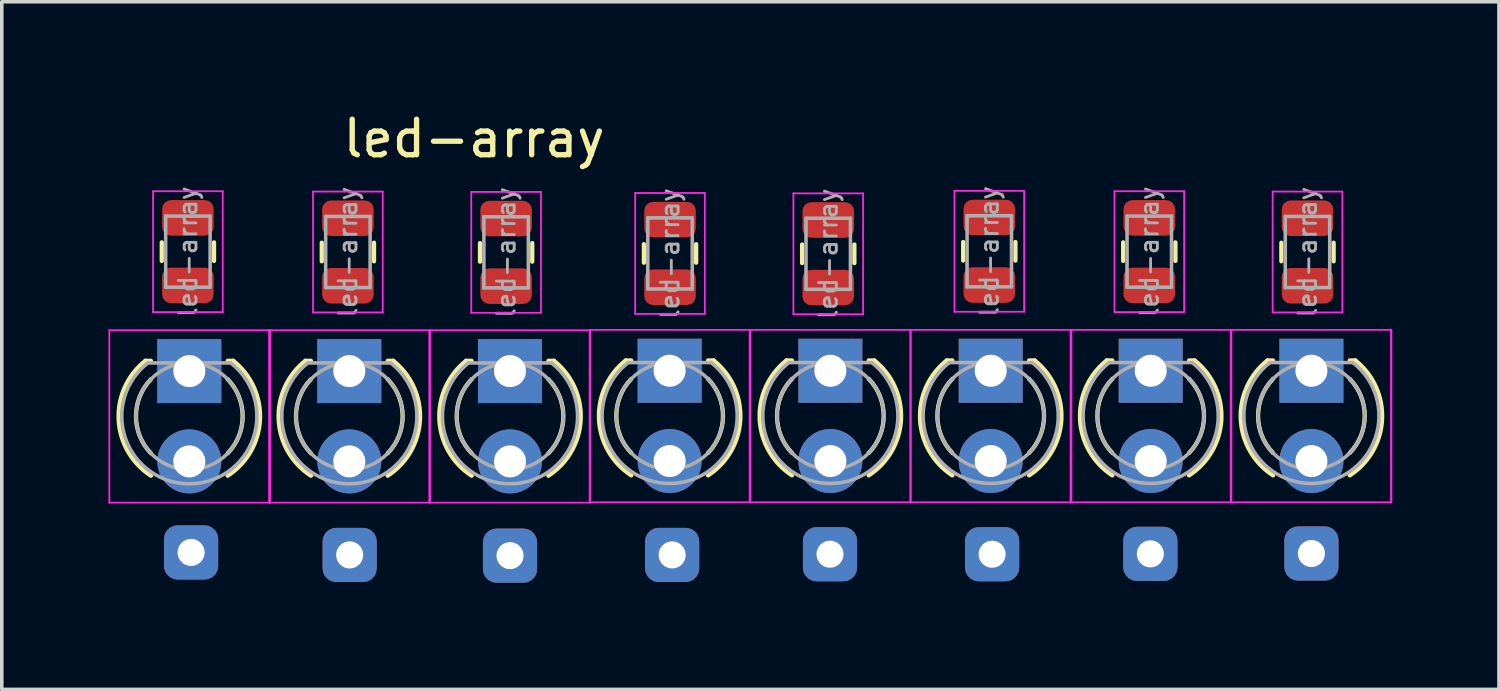
<source format=kicad_pcb>
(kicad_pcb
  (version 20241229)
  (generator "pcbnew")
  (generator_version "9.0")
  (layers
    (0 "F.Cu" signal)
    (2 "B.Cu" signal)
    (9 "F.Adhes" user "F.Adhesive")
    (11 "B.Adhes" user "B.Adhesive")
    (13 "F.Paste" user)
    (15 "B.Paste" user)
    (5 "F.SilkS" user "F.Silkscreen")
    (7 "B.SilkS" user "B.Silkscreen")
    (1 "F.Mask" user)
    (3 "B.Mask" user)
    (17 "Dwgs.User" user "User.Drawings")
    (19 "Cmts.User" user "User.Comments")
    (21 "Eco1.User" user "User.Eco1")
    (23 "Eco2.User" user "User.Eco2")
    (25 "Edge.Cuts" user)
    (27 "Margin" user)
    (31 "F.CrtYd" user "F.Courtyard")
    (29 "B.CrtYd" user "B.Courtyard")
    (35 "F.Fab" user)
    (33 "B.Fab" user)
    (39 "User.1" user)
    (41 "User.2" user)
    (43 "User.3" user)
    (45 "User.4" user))
  (footprint "led-array"
    (layer "F.Cu")
    (at 10.285 0.348)
    (property "Reference" "led-array" (at 0 0.5 0) (layer "F.SilkS") (effects (font (size 1 1) (thickness 0.15))))
    (attr through_hole)
    (fp_line (start -9.09 6.75) (end -9.246 6.75) (stroke (width 0.12) (type solid)) (layer "F.SilkS"))
    (fp_line (start -8.785 3.941) (end -8.785 3.419) (stroke (width 0.12) (type solid)) (layer "F.SilkS"))
    (fp_line (start -7.315 3.941) (end -7.315 3.419) (stroke (width 0.12) (type solid)) (layer "F.SilkS"))
    (fp_line (start -6.774 6.75) (end -6.93 6.75) (stroke (width 0.12) (type solid)) (layer "F.SilkS"))
    (fp_line (start -4.59 6.75) (end -4.746 6.75) (stroke (width 0.12) (type solid)) (layer "F.SilkS"))
    (fp_line (start -4.285 3.951) (end -4.285 3.429) (stroke (width 0.12) (type solid)) (layer "F.SilkS"))
    (fp_line (start -2.815 3.951) (end -2.815 3.429) (stroke (width 0.12) (type solid)) (layer "F.SilkS"))
    (fp_line (start -2.274 6.75) (end -2.43 6.75) (stroke (width 0.12) (type solid)) (layer "F.SilkS"))
    (fp_line (start -0.07 6.75) (end -0.226 6.75) (stroke (width 0.12) (type solid)) (layer "F.SilkS"))
    (fp_line (start 0.165 3.961) (end 0.165 3.439) (stroke (width 0.12) (type solid)) (layer "F.SilkS"))
    (fp_line (start 1.635 3.961) (end 1.635 3.439) (stroke (width 0.12) (type solid)) (layer "F.SilkS"))
    (fp_line (start 2.246 6.75) (end 2.09 6.75) (stroke (width 0.12) (type solid)) (layer "F.SilkS"))
    (fp_line (start 4.42 6.74) (end 4.264 6.74) (stroke (width 0.12) (type solid)) (layer "F.SilkS"))
    (fp_line (start 4.775 3.991) (end 4.775 3.469) (stroke (width 0.12) (type solid)) (layer "F.SilkS"))
    (fp_line (start 6.245 3.991) (end 6.245 3.469) (stroke (width 0.12) (type solid)) (layer "F.SilkS"))
    (fp_line (start 6.736 6.74) (end 6.58 6.74) (stroke (width 0.12) (type solid)) (layer "F.SilkS"))
    (fp_line (start 8.94 6.74) (end 8.784 6.74) (stroke (width 0.12) (type solid)) (layer "F.SilkS"))
    (fp_line (start 9.225 4.001) (end 9.225 3.479) (stroke (width 0.12) (type solid)) (layer "F.SilkS"))
    (fp_line (start 10.695 4.001) (end 10.695 3.479) (stroke (width 0.12) (type solid)) (layer "F.SilkS"))
    (fp_line (start 11.256 6.74) (end 11.1 6.74) (stroke (width 0.12) (type solid)) (layer "F.SilkS"))
    (fp_line (start 13.45 6.74) (end 13.294 6.74) (stroke (width 0.12) (type solid)) (layer "F.SilkS"))
    (fp_line (start 13.755 3.931) (end 13.755 3.409) (stroke (width 0.12) (type solid)) (layer "F.SilkS"))
    (fp_line (start 15.225 3.931) (end 15.225 3.409) (stroke (width 0.12) (type solid)) (layer "F.SilkS"))
    (fp_line (start 15.766 6.74) (end 15.61 6.74) (stroke (width 0.12) (type solid)) (layer "F.SilkS"))
    (fp_line (start 17.95 6.74) (end 17.794 6.74) (stroke (width 0.12) (type solid)) (layer "F.SilkS"))
    (fp_line (start 18.255 3.941) (end 18.255 3.419) (stroke (width 0.12) (type solid)) (layer "F.SilkS"))
    (fp_line (start 19.725 3.941) (end 19.725 3.419) (stroke (width 0.12) (type solid)) (layer "F.SilkS"))
    (fp_line (start 20.266 6.74) (end 20.11 6.74) (stroke (width 0.12) (type solid)) (layer "F.SilkS"))
    (fp_line (start 22.47 6.74) (end 22.314 6.74) (stroke (width 0.12) (type solid)) (layer "F.SilkS"))
    (fp_line (start 22.705 3.951) (end 22.705 3.429) (stroke (width 0.12) (type solid)) (layer "F.SilkS"))
    (fp_line (start 24.175 3.951) (end 24.175 3.429) (stroke (width 0.12) (type solid)) (layer "F.SilkS"))
    (fp_line (start 24.786 6.74) (end 24.63 6.74) (stroke (width 0.12) (type solid)) (layer "F.SilkS"))
    (fp_arc (start -9.089837 9.35113) (mid -9.51 8.310117) (end -9.09 7.269039) (stroke (width 0.12) (type solid)) (layer "F.SilkS"))
    (fp_arc (start -9.088608 9.982335) (mid -9.997659 8.406487) (end -9.245516 6.75) (stroke (width 0.12) (type solid)) (layer "F.SilkS"))
    (fp_arc (start -6.93 7.269039) (mid -6.51 8.310117) (end -6.930163 9.35113) (stroke (width 0.12) (type solid)) (layer "F.SilkS"))
    (fp_arc (start -6.774484 6.75) (mid -6.022341 8.406487) (end -6.931392 9.982335) (stroke (width 0.12) (type solid)) (layer "F.SilkS"))
    (fp_arc (start -4.589837 9.35113) (mid -5.01 8.310117) (end -4.59 7.269039) (stroke (width 0.12) (type solid)) (layer "F.SilkS"))
    (fp_arc (start -4.588608 9.982335) (mid -5.497659 8.406487) (end -4.745516 6.75) (stroke (width 0.12) (type solid)) (layer "F.SilkS"))
    (fp_arc (start -2.43 7.269039) (mid -2.01 8.310117) (end -2.430163 9.35113) (stroke (width 0.12) (type solid)) (layer "F.SilkS"))
    (fp_arc (start -2.274484 6.75) (mid -1.522341 8.406487) (end -2.431392 9.982335) (stroke (width 0.12) (type solid)) (layer "F.SilkS"))
    (fp_arc (start -0.069837 9.35113) (mid -0.49 8.310117) (end -0.07 7.269039) (stroke (width 0.12) (type solid)) (layer "F.SilkS"))
    (fp_arc (start -0.068608 9.982335) (mid -0.977659 8.406487) (end -0.225516 6.75) (stroke (width 0.12) (type solid)) (layer "F.SilkS"))
    (fp_arc (start 2.09 7.269039) (mid 2.51 8.310117) (end 2.089837 9.35113) (stroke (width 0.12) (type solid)) (layer "F.SilkS"))
    (fp_arc (start 2.245516 6.75) (mid 2.997659 8.406487) (end 2.088608 9.982335) (stroke (width 0.12) (type solid)) (layer "F.SilkS"))
    (fp_arc (start 4.420163 9.34113) (mid 4 8.300117) (end 4.42 7.259039) (stroke (width 0.12) (type solid)) (layer "F.SilkS"))
    (fp_arc (start 4.421392 9.972335) (mid 3.512341 8.396487) (end 4.264484 6.74) (stroke (width 0.12) (type solid)) (layer "F.SilkS"))
    (fp_arc (start 6.58 7.259039) (mid 7 8.300117) (end 6.579837 9.34113) (stroke (width 0.12) (type solid)) (layer "F.SilkS"))
    (fp_arc (start 6.735516 6.74) (mid 7.487659 8.396487) (end 6.578608 9.972335) (stroke (width 0.12) (type solid)) (layer "F.SilkS"))
    (fp_arc (start 8.940163 9.34113) (mid 8.52 8.300117) (end 8.94 7.259039) (stroke (width 0.12) (type solid)) (layer "F.SilkS"))
    (fp_arc (start 8.941392 9.972335) (mid 8.032341 8.396487) (end 8.784484 6.74) (stroke (width 0.12) (type solid)) (layer "F.SilkS"))
    (fp_arc (start 11.1 7.259039) (mid 11.52 8.300117) (end 11.099837 9.34113) (stroke (width 0.12) (type solid)) (layer "F.SilkS"))
    (fp_arc (start 11.255516 6.74) (mid 12.007659 8.396487) (end 11.098608 9.972335) (stroke (width 0.12) (type solid)) (layer "F.SilkS"))
    (fp_arc (start 13.450163 9.34113) (mid 13.03 8.300117) (end 13.45 7.259039) (stroke (width 0.12) (type solid)) (layer "F.SilkS"))
    (fp_arc (start 13.451392 9.972335) (mid 12.542341 8.396487) (end 13.294484 6.74) (stroke (width 0.12) (type solid)) (layer "F.SilkS"))
    (fp_arc (start 15.61 7.259039) (mid 16.03 8.300117) (end 15.609837 9.34113) (stroke (width 0.12) (type solid)) (layer "F.SilkS"))
    (fp_arc (start 15.765516 6.74) (mid 16.517659 8.396487) (end 15.608608 9.972335) (stroke (width 0.12) (type solid)) (layer "F.SilkS"))
    (fp_arc (start 17.950163 9.34113) (mid 17.53 8.300117) (end 17.95 7.259039) (stroke (width 0.12) (type solid)) (layer "F.SilkS"))
    (fp_arc (start 17.951392 9.972335) (mid 17.042341 8.396487) (end 17.794484 6.74) (stroke (width 0.12) (type solid)) (layer "F.SilkS"))
    (fp_arc (start 20.11 7.259039) (mid 20.53 8.300117) (end 20.109837 9.34113) (stroke (width 0.12) (type solid)) (layer "F.SilkS"))
    (fp_arc (start 20.265516 6.74) (mid 21.017659 8.396487) (end 20.108608 9.972335) (stroke (width 0.12) (type solid)) (layer "F.SilkS"))
    (fp_arc (start 22.470163 9.34113) (mid 22.05 8.300117) (end 22.47 7.259039) (stroke (width 0.12) (type solid)) (layer "F.SilkS"))
    (fp_arc (start 22.471392 9.972335) (mid 21.562341 8.396487) (end 22.314484 6.74) (stroke (width 0.12) (type solid)) (layer "F.SilkS"))
    (fp_arc (start 24.63 7.259039) (mid 25.05 8.300117) (end 24.629837 9.34113) (stroke (width 0.12) (type solid)) (layer "F.SilkS"))
    (fp_arc (start 24.785516 6.74) (mid 25.537659 8.396487) (end 24.628608 9.972335) (stroke (width 0.12) (type solid)) (layer "F.SilkS"))
    (fp_line (start -10.26 5.89) (end -10.26 10.74) (stroke (width 0.05) (type solid)) (layer "F.CrtYd"))
    (fp_line (start -10.26 10.74) (end -5.76 10.74) (stroke (width 0.05) (type solid)) (layer "F.CrtYd"))
    (fp_line (start -9.03 1.98) (end -7.07 1.98) (stroke (width 0.05) (type solid)) (layer "F.CrtYd"))
    (fp_line (start -9.03 5.38) (end -9.03 1.98) (stroke (width 0.05) (type solid)) (layer "F.CrtYd"))
    (fp_line (start -7.07 1.98) (end -7.07 5.38) (stroke (width 0.05) (type solid)) (layer "F.CrtYd"))
    (fp_line (start -7.07 5.38) (end -9.03 5.38) (stroke (width 0.05) (type solid)) (layer "F.CrtYd"))
    (fp_line (start -5.76 5.89) (end -10.26 5.89) (stroke (width 0.05) (type solid)) (layer "F.CrtYd"))
    (fp_line (start -5.76 5.89) (end -5.76 10.74) (stroke (width 0.05) (type solid)) (layer "F.CrtYd"))
    (fp_line (start -5.76 10.74) (end -5.76 5.89) (stroke (width 0.05) (type solid)) (layer "F.CrtYd"))
    (fp_line (start -5.76 10.74) (end -1.26 10.74) (stroke (width 0.05) (type solid)) (layer "F.CrtYd"))
    (fp_line (start -5.74 5.89) (end -5.74 10.74) (stroke (width 0.05) (type solid)) (layer "F.CrtYd"))
    (fp_line (start -4.53 1.99) (end -2.57 1.99) (stroke (width 0.05) (type solid)) (layer "F.CrtYd"))
    (fp_line (start -4.53 5.39) (end -4.53 1.99) (stroke (width 0.05) (type solid)) (layer "F.CrtYd"))
    (fp_line (start -2.57 1.99) (end -2.57 5.39) (stroke (width 0.05) (type solid)) (layer "F.CrtYd"))
    (fp_line (start -2.57 5.39) (end -4.53 5.39) (stroke (width 0.05) (type solid)) (layer "F.CrtYd"))
    (fp_line (start -1.26 5.89) (end -5.76 5.89) (stroke (width 0.05) (type solid)) (layer "F.CrtYd"))
    (fp_line (start -1.26 10.74) (end -1.26 5.89) (stroke (width 0.05) (type solid)) (layer "F.CrtYd"))
    (fp_line (start -1.24 5.89) (end -1.24 10.74) (stroke (width 0.05) (type solid)) (layer "F.CrtYd"))
    (fp_line (start -1.24 10.74) (end 3.26 10.74) (stroke (width 0.05) (type solid)) (layer "F.CrtYd"))
    (fp_line (start -0.08 2) (end 1.88 2) (stroke (width 0.05) (type solid)) (layer "F.CrtYd"))
    (fp_line (start -0.08 5.4) (end -0.08 2) (stroke (width 0.05) (type solid)) (layer "F.CrtYd"))
    (fp_line (start 1.88 2) (end 1.88 5.4) (stroke (width 0.05) (type solid)) (layer "F.CrtYd"))
    (fp_line (start 1.88 5.4) (end -0.08 5.4) (stroke (width 0.05) (type solid)) (layer "F.CrtYd"))
    (fp_line (start 3.25 5.88) (end 3.25 10.73) (stroke (width 0.05) (type solid)) (layer "F.CrtYd"))
    (fp_line (start 3.25 10.73) (end 7.75 10.73) (stroke (width 0.05) (type solid)) (layer "F.CrtYd"))
    (fp_line (start 3.26 5.89) (end -1.24 5.89) (stroke (width 0.05) (type solid)) (layer "F.CrtYd"))
    (fp_line (start 3.26 10.74) (end 3.26 5.89) (stroke (width 0.05) (type solid)) (layer "F.CrtYd"))
    (fp_line (start 4.53 2.03) (end 6.49 2.03) (stroke (width 0.05) (type solid)) (layer "F.CrtYd"))
    (fp_line (start 4.53 5.43) (end 4.53 2.03) (stroke (width 0.05) (type solid)) (layer "F.CrtYd"))
    (fp_line (start 6.49 2.03) (end 6.49 5.43) (stroke (width 0.05) (type solid)) (layer "F.CrtYd"))
    (fp_line (start 6.49 5.43) (end 4.53 5.43) (stroke (width 0.05) (type solid)) (layer "F.CrtYd"))
    (fp_line (start 7.75 5.88) (end 3.25 5.88) (stroke (width 0.05) (type solid)) (layer "F.CrtYd"))
    (fp_line (start 7.75 10.73) (end 7.75 5.88) (stroke (width 0.05) (type solid)) (layer "F.CrtYd"))
    (fp_line (start 7.77 5.88) (end 7.77 10.73) (stroke (width 0.05) (type solid)) (layer "F.CrtYd"))
    (fp_line (start 7.77 10.73) (end 12.27 10.73) (stroke (width 0.05) (type solid)) (layer "F.CrtYd"))
    (fp_line (start 8.98 2.04) (end 10.94 2.04) (stroke (width 0.05) (type solid)) (layer "F.CrtYd"))
    (fp_line (start 8.98 5.44) (end 8.98 2.04) (stroke (width 0.05) (type solid)) (layer "F.CrtYd"))
    (fp_line (start 10.94 2.04) (end 10.94 5.44) (stroke (width 0.05) (type solid)) (layer "F.CrtYd"))
    (fp_line (start 10.94 5.44) (end 8.98 5.44) (stroke (width 0.05) (type solid)) (layer "F.CrtYd"))
    (fp_line (start 12.27 5.88) (end 7.77 5.88) (stroke (width 0.05) (type solid)) (layer "F.CrtYd"))
    (fp_line (start 12.27 10.73) (end 12.27 5.88) (stroke (width 0.05) (type solid)) (layer "F.CrtYd"))
    (fp_line (start 12.28 5.88) (end 12.28 10.73) (stroke (width 0.05) (type solid)) (layer "F.CrtYd"))
    (fp_line (start 12.28 10.73) (end 16.78 10.73) (stroke (width 0.05) (type solid)) (layer "F.CrtYd"))
    (fp_line (start 13.51 1.97) (end 15.47 1.97) (stroke (width 0.05) (type solid)) (layer "F.CrtYd"))
    (fp_line (start 13.51 5.37) (end 13.51 1.97) (stroke (width 0.05) (type solid)) (layer "F.CrtYd"))
    (fp_line (start 15.47 1.97) (end 15.47 5.37) (stroke (width 0.05) (type solid)) (layer "F.CrtYd"))
    (fp_line (start 15.47 5.37) (end 13.51 5.37) (stroke (width 0.05) (type solid)) (layer "F.CrtYd"))
    (fp_line (start 16.78 5.88) (end 12.28 5.88) (stroke (width 0.05) (type solid)) (layer "F.CrtYd"))
    (fp_line (start 16.78 5.88) (end 16.78 10.73) (stroke (width 0.05) (type solid)) (layer "F.CrtYd"))
    (fp_line (start 16.78 10.73) (end 16.78 5.88) (stroke (width 0.05) (type solid)) (layer "F.CrtYd"))
    (fp_line (start 16.78 10.73) (end 21.28 10.73) (stroke (width 0.05) (type solid)) (layer "F.CrtYd"))
    (fp_line (start 16.8 5.88) (end 16.8 10.73) (stroke (width 0.05) (type solid)) (layer "F.CrtYd"))
    (fp_line (start 18.01 1.98) (end 19.97 1.98) (stroke (width 0.05) (type solid)) (layer "F.CrtYd"))
    (fp_line (start 18.01 5.38) (end 18.01 1.98) (stroke (width 0.05) (type solid)) (layer "F.CrtYd"))
    (fp_line (start 19.97 1.98) (end 19.97 5.38) (stroke (width 0.05) (type solid)) (layer "F.CrtYd"))
    (fp_line (start 19.97 5.38) (end 18.01 5.38) (stroke (width 0.05) (type solid)) (layer "F.CrtYd"))
    (fp_line (start 21.28 5.88) (end 16.78 5.88) (stroke (width 0.05) (type solid)) (layer "F.CrtYd"))
    (fp_line (start 21.28 10.73) (end 21.28 5.88) (stroke (width 0.05) (type solid)) (layer "F.CrtYd"))
    (fp_line (start 21.3 5.88) (end 21.3 10.73) (stroke (width 0.05) (type solid)) (layer "F.CrtYd"))
    (fp_line (start 21.3 10.73) (end 25.8 10.73) (stroke (width 0.05) (type solid)) (layer "F.CrtYd"))
    (fp_line (start 22.46 1.99) (end 24.42 1.99) (stroke (width 0.05) (type solid)) (layer "F.CrtYd"))
    (fp_line (start 22.46 5.39) (end 22.46 1.99) (stroke (width 0.05) (type solid)) (layer "F.CrtYd"))
    (fp_line (start 24.42 1.99) (end 24.42 5.39) (stroke (width 0.05) (type solid)) (layer "F.CrtYd"))
    (fp_line (start 24.42 5.39) (end 22.46 5.39) (stroke (width 0.05) (type solid)) (layer "F.CrtYd"))
    (fp_line (start 25.79 5.87) (end 25.79 10.72) (stroke (width 0.05) (type solid)) (layer "F.CrtYd"))
    (fp_line (start 25.8 5.88) (end 21.3 5.88) (stroke (width 0.05) (type solid)) (layer "F.CrtYd"))
    (fp_line (start 25.8 10.73) (end 25.8 5.88) (stroke (width 0.05) (type solid)) (layer "F.CrtYd"))
    (fp_line (start -8.675 2.68) (end -7.425 2.68) (stroke (width 0.1) (type solid)) (layer "F.Fab"))
    (fp_line (start -8.675 4.68) (end -8.675 2.68) (stroke (width 0.1) (type solid)) (layer "F.Fab"))
    (fp_line (start -7.425 2.68) (end -7.425 4.68) (stroke (width 0.1) (type solid)) (layer "F.Fab"))
    (fp_line (start -7.425 4.68) (end -8.675 4.68) (stroke (width 0.1) (type solid)) (layer "F.Fab"))
    (fp_line (start -6.844 6.81) (end -9.176 6.81) (stroke (width 0.1) (type solid)) (layer "F.Fab"))
    (fp_line (start -4.175 2.69) (end -2.925 2.69) (stroke (width 0.1) (type solid)) (layer "F.Fab"))
    (fp_line (start -4.175 4.69) (end -4.175 2.69) (stroke (width 0.1) (type solid)) (layer "F.Fab"))
    (fp_line (start -2.925 2.69) (end -2.925 4.69) (stroke (width 0.1) (type solid)) (layer "F.Fab"))
    (fp_line (start -2.925 4.69) (end -4.175 4.69) (stroke (width 0.1) (type solid)) (layer "F.Fab"))
    (fp_line (start -2.344 6.81) (end -4.676 6.81) (stroke (width 0.1) (type solid)) (layer "F.Fab"))
    (fp_line (start 0.275 2.7) (end 1.525 2.7) (stroke (width 0.1) (type solid)) (layer "F.Fab"))
    (fp_line (start 0.275 4.7) (end 0.275 2.7) (stroke (width 0.1) (type solid)) (layer "F.Fab"))
    (fp_line (start 1.525 2.7) (end 1.525 4.7) (stroke (width 0.1) (type solid)) (layer "F.Fab"))
    (fp_line (start 1.525 4.7) (end 0.275 4.7) (stroke (width 0.1) (type solid)) (layer "F.Fab"))
    (fp_line (start 2.176 6.81) (end -0.156 6.81) (stroke (width 0.1) (type solid)) (layer "F.Fab"))
    (fp_line (start 4.885 2.73) (end 6.135 2.73) (stroke (width 0.1) (type solid)) (layer "F.Fab"))
    (fp_line (start 4.885 4.73) (end 4.885 2.73) (stroke (width 0.1) (type solid)) (layer "F.Fab"))
    (fp_line (start 6.135 2.73) (end 6.135 4.73) (stroke (width 0.1) (type solid)) (layer "F.Fab"))
    (fp_line (start 6.135 4.73) (end 4.885 4.73) (stroke (width 0.1) (type solid)) (layer "F.Fab"))
    (fp_line (start 6.666 6.8) (end 4.334 6.8) (stroke (width 0.1) (type solid)) (layer "F.Fab"))
    (fp_line (start 9.335 2.74) (end 10.585 2.74) (stroke (width 0.1) (type solid)) (layer "F.Fab"))
    (fp_line (start 9.335 4.74) (end 9.335 2.74) (stroke (width 0.1) (type solid)) (layer "F.Fab"))
    (fp_line (start 10.585 2.74) (end 10.585 4.74) (stroke (width 0.1) (type solid)) (layer "F.Fab"))
    (fp_line (start 10.585 4.74) (end 9.335 4.74) (stroke (width 0.1) (type solid)) (layer "F.Fab"))
    (fp_line (start 11.186 6.8) (end 8.854 6.8) (stroke (width 0.1) (type solid)) (layer "F.Fab"))
    (fp_line (start 13.865 2.67) (end 15.115 2.67) (stroke (width 0.1) (type solid)) (layer "F.Fab"))
    (fp_line (start 13.865 4.67) (end 13.865 2.67) (stroke (width 0.1) (type solid)) (layer "F.Fab"))
    (fp_line (start 15.115 2.67) (end 15.115 4.67) (stroke (width 0.1) (type solid)) (layer "F.Fab"))
    (fp_line (start 15.115 4.67) (end 13.865 4.67) (stroke (width 0.1) (type solid)) (layer "F.Fab"))
    (fp_line (start 15.696 6.8) (end 13.364 6.8) (stroke (width 0.1) (type solid)) (layer "F.Fab"))
    (fp_line (start 18.365 2.68) (end 19.615 2.68) (stroke (width 0.1) (type solid)) (layer "F.Fab"))
    (fp_line (start 18.365 4.68) (end 18.365 2.68) (stroke (width 0.1) (type solid)) (layer "F.Fab"))
    (fp_line (start 19.615 2.68) (end 19.615 4.68) (stroke (width 0.1) (type solid)) (layer "F.Fab"))
    (fp_line (start 19.615 4.68) (end 18.365 4.68) (stroke (width 0.1) (type solid)) (layer "F.Fab"))
    (fp_line (start 20.196 6.8) (end 17.864 6.8) (stroke (width 0.1) (type solid)) (layer "F.Fab"))
    (fp_line (start 22.815 2.69) (end 24.065 2.69) (stroke (width 0.1) (type solid)) (layer "F.Fab"))
    (fp_line (start 22.815 4.69) (end 22.815 2.69) (stroke (width 0.1) (type solid)) (layer "F.Fab"))
    (fp_line (start 24.065 2.69) (end 24.065 4.69) (stroke (width 0.1) (type solid)) (layer "F.Fab"))
    (fp_line (start 24.065 4.69) (end 22.815 4.69) (stroke (width 0.1) (type solid)) (layer "F.Fab"))
    (fp_line (start 24.716 6.8) (end 22.384 6.8) (stroke (width 0.1) (type solid)) (layer "F.Fab"))
    (fp_arc (start -6.84381 6.81) (mid -8.010452 10.21) (end -9.175476 6.809445) (stroke (width 0.1) (type solid)) (layer "F.Fab"))
    (fp_arc (start -2.34381 6.81) (mid -3.510452 10.21) (end -4.675476 6.809445) (stroke (width 0.1) (type solid)) (layer "F.Fab"))
    (fp_arc (start 2.17619 6.81) (mid 1.009548 10.21) (end -0.155476 6.809445) (stroke (width 0.1) (type solid)) (layer "F.Fab"))
    (fp_arc (start 6.66619 6.8) (mid 5.499548 10.2) (end 4.334524 6.799445) (stroke (width 0.1) (type solid)) (layer "F.Fab"))
    (fp_arc (start 11.18619 6.8) (mid 10.019548 10.2) (end 8.854524 6.799445) (stroke (width 0.1) (type solid)) (layer "F.Fab"))
    (fp_arc (start 15.69619 6.8) (mid 14.529548 10.2) (end 13.364524 6.799445) (stroke (width 0.1) (type solid)) (layer "F.Fab"))
    (fp_arc (start 20.19619 6.8) (mid 19.029548 10.2) (end 17.864524 6.799445) (stroke (width 0.1) (type solid)) (layer "F.Fab"))
    (fp_arc (start 24.71619 6.8) (mid 23.549548 10.2) (end 22.384524 6.799445) (stroke (width 0.1) (type solid)) (layer "F.Fab"))
    (fp_circle (center -8.01 8.31) (end -8.01 9.81) (stroke (width 0.1) (type solid)) (fill no) (layer "F.Fab"))
    (fp_circle (center -3.51 8.31) (end -3.51 9.81) (stroke (width 0.1) (type solid)) (fill no) (layer "F.Fab"))
    (fp_circle (center 1.01 8.31) (end 1.01 9.81) (stroke (width 0.1) (type solid)) (fill no) (layer "F.Fab"))
    (fp_circle (center 5.5 8.3) (end 5.5 9.8) (stroke (width 0.1) (type solid)) (fill no) (layer "F.Fab"))
    (fp_circle (center 10.02 8.3) (end 10.02 9.8) (stroke (width 0.1) (type solid)) (fill no) (layer "F.Fab"))
    (fp_circle (center 14.53 8.3) (end 14.53 9.8) (stroke (width 0.1) (type solid)) (fill no) (layer "F.Fab"))
    (fp_circle (center 19.03 8.3) (end 19.03 9.8) (stroke (width 0.1) (type solid)) (fill no) (layer "F.Fab"))
    (fp_circle (center 23.55 8.3) (end 23.55 9.8) (stroke (width 0.1) (type solid)) (fill no) (layer "F.Fab"))
    (fp_text user "${REFERENCE}" (at 23.44 3.69 90) (layer "F.Fab") (effects (font (size 0.5 0.5) (thickness 0.08))))
    (fp_text user "${REFERENCE}" (at 0.9 3.7 90) (layer "F.Fab") (effects (font (size 0.5 0.5) (thickness 0.08))))
    (fp_text user "${REFERENCE}" (at -3.55 3.69 90) (layer "F.Fab") (effects (font (size 0.5 0.5) (thickness 0.08))))
    (fp_text user "${REFERENCE}" (at 14.49 3.67 90) (layer "F.Fab") (effects (font (size 0.5 0.5) (thickness 0.08))))
    (fp_text user "${REFERENCE}" (at 5.51 3.73 90) (layer "F.Fab") (effects (font (size 0.5 0.5) (thickness 0.08))))
    (fp_text user "${REFERENCE}" (at 9.96 3.74 90) (layer "F.Fab") (effects (font (size 0.5 0.5) (thickness 0.08))))
    (fp_text user "${REFERENCE}" (at -8.05 3.68 90) (layer "F.Fab") (effects (font (size 0.5 0.5) (thickness 0.08))))
    (fp_text user "${REFERENCE}" (at 18.99 3.68 90) (layer "F.Fab") (effects (font (size 0.5 0.5) (thickness 0.08))))
    (pad "1" smd roundrect (at -8.05 4.63 90) (size 1 1.45) (layers "F.Cu" "F.Mask" "F.Paste") (roundrect_rratio 0.25))
    (pad "1" thru_hole rect (at -8.01 7.04 270) (size 1.8 1.8) (drill 0.9) (layers "*.Cu" "*.Mask"))
    (pad "1" smd roundrect (at -3.55 4.64 90) (size 1 1.45) (layers "F.Cu" "F.Mask" "F.Paste") (roundrect_rratio 0.25))
    (pad "1" thru_hole rect (at -3.51 7.04 270) (size 1.8 1.8) (drill 0.9) (layers "*.Cu" "*.Mask"))
    (pad "1" smd roundrect (at 0.9 4.65 90) (size 1 1.45) (layers "F.Cu" "F.Mask" "F.Paste") (roundrect_rratio 0.25))
    (pad "1" thru_hole rect (at 1.01 7.04 270) (size 1.8 1.8) (drill 0.9) (layers "*.Cu" "*.Mask"))
    (pad "1" thru_hole rect (at 5.5 7.03 270) (size 1.8 1.8) (drill 0.9) (layers "*.Cu" "*.Mask"))
    (pad "1" smd roundrect (at 5.51 4.68 90) (size 1 1.45) (layers "F.Cu" "F.Mask" "F.Paste") (roundrect_rratio 0.25))
    (pad "1" smd roundrect (at 9.96 4.69 90) (size 1 1.45) (layers "F.Cu" "F.Mask" "F.Paste") (roundrect_rratio 0.25))
    (pad "1" thru_hole rect (at 10.02 7.03 270) (size 1.8 1.8) (drill 0.9) (layers "*.Cu" "*.Mask"))
    (pad "1" smd roundrect (at 14.49 4.62 90) (size 1 1.45) (layers "F.Cu" "F.Mask" "F.Paste") (roundrect_rratio 0.25))
    (pad "1" thru_hole rect (at 14.53 7.03 270) (size 1.8 1.8) (drill 0.9) (layers "*.Cu" "*.Mask"))
    (pad "1" smd roundrect (at 18.99 4.63 90) (size 1 1.45) (layers "F.Cu" "F.Mask" "F.Paste") (roundrect_rratio 0.25))
    (pad "1" thru_hole rect (at 19.03 7.03 270) (size 1.8 1.8) (drill 0.9) (layers "*.Cu" "*.Mask"))
    (pad "1" smd roundrect (at 23.44 4.64 90) (size 1 1.45) (layers "F.Cu" "F.Mask" "F.Paste") (roundrect_rratio 0.25))
    (pad "1" thru_hole rect (at 23.55 7.03 270) (size 1.8 1.8) (drill 0.9) (layers "*.Cu" "*.Mask"))
    (pad "2" smd roundrect (at -8.05 2.73 90) (size 1 1.45) (layers "F.Cu" "F.Mask" "F.Paste") (roundrect_rratio 0.25))
    (pad "2" thru_hole circle (at -8.01 9.58 270) (size 1.8 1.8) (drill 0.9) (layers "*.Cu" "*.Mask"))
    (pad "2" smd roundrect (at -3.55 2.74 90) (size 1 1.45) (layers "F.Cu" "F.Mask" "F.Paste") (roundrect_rratio 0.25))
    (pad "2" thru_hole circle (at -3.51 9.58 270) (size 1.8 1.8) (drill 0.9) (layers "*.Cu" "*.Mask"))
    (pad "2" smd roundrect (at 0.9 2.75 90) (size 1 1.45) (layers "F.Cu" "F.Mask" "F.Paste") (roundrect_rratio 0.25))
    (pad "2" thru_hole circle (at 1.01 9.58 270) (size 1.8 1.8) (drill 0.9) (layers "*.Cu" "*.Mask"))
    (pad "2" thru_hole circle (at 5.5 9.57 270) (size 1.8 1.8) (drill 0.9) (layers "*.Cu" "*.Mask"))
    (pad "2" smd roundrect (at 5.51 2.78 90) (size 1 1.45) (layers "F.Cu" "F.Mask" "F.Paste") (roundrect_rratio 0.25))
    (pad "2" smd roundrect (at 9.96 2.79 90) (size 1 1.45) (layers "F.Cu" "F.Mask" "F.Paste") (roundrect_rratio 0.25))
    (pad "2" thru_hole circle (at 10.02 9.57 270) (size 1.8 1.8) (drill 0.9) (layers "*.Cu" "*.Mask"))
    (pad "2" smd roundrect (at 14.49 2.72 90) (size 1 1.45) (layers "F.Cu" "F.Mask" "F.Paste") (roundrect_rratio 0.25))
    (pad "2" thru_hole circle (at 14.53 9.57 270) (size 1.8 1.8) (drill 0.9) (layers "*.Cu" "*.Mask"))
    (pad "2" smd roundrect (at 18.99 2.73 90) (size 1 1.45) (layers "F.Cu" "F.Mask" "F.Paste") (roundrect_rratio 0.25))
    (pad "2" thru_hole circle (at 19.03 9.57 270) (size 1.8 1.8) (drill 0.9) (layers "*.Cu" "*.Mask"))
    (pad "2" smd roundrect (at 23.44 2.74 90) (size 1 1.45) (layers "F.Cu" "F.Mask" "F.Paste") (roundrect_rratio 0.25))
    (pad "2" thru_hole circle (at 23.55 9.57 270) (size 1.8 1.8) (drill 0.9) (layers "*.Cu" "*.Mask"))
    (pad "3" thru_hole roundrect (at -7.96 12.14) (size 1.524 1.524) (drill 0.762) (layers "*.Cu" "*.Mask") (roundrect_rratio 0.25))
    (pad "4" thru_hole roundrect (at -3.5 12.21) (size 1.524 1.524) (drill 0.762) (layers "*.Cu" "*.Mask") (roundrect_rratio 0.25))
    (pad "5" thru_hole roundrect (at 1.01 12.23) (size 1.524 1.524) (drill 0.762) (layers "*.Cu" "*.Mask") (roundrect_rratio 0.25))
    (pad "6" thru_hole roundrect (at 5.57 12.21) (size 1.524 1.524) (drill 0.762) (layers "*.Cu" "*.Mask") (roundrect_rratio 0.25))
    (pad "7" thru_hole roundrect (at 10.01 12.19) (size 1.524 1.524) (drill 0.762) (layers "*.Cu" "*.Mask") (roundrect_rratio 0.25))
    (pad "8" thru_hole roundrect (at 14.57 12.19) (size 1.524 1.524) (drill 0.762) (layers "*.Cu" "*.Mask") (roundrect_rratio 0.25))
    (pad "9" thru_hole roundrect (at 19.02 12.18) (size 1.524 1.524) (drill 0.762) (layers "*.Cu" "*.Mask") (roundrect_rratio 0.25))
    (pad "10" thru_hole roundrect (at 23.55 12.17) (size 1.524 1.524) (drill 0.762) (layers "*.Cu" "*.Mask") (roundrect_rratio 0.25)))
  (gr_rect
    (start -3 -3)
    (end 39.11 16.34)
    (stroke (width 0.1) (type default))
    (fill no)
    (layer "Edge.Cuts")))
</source>
